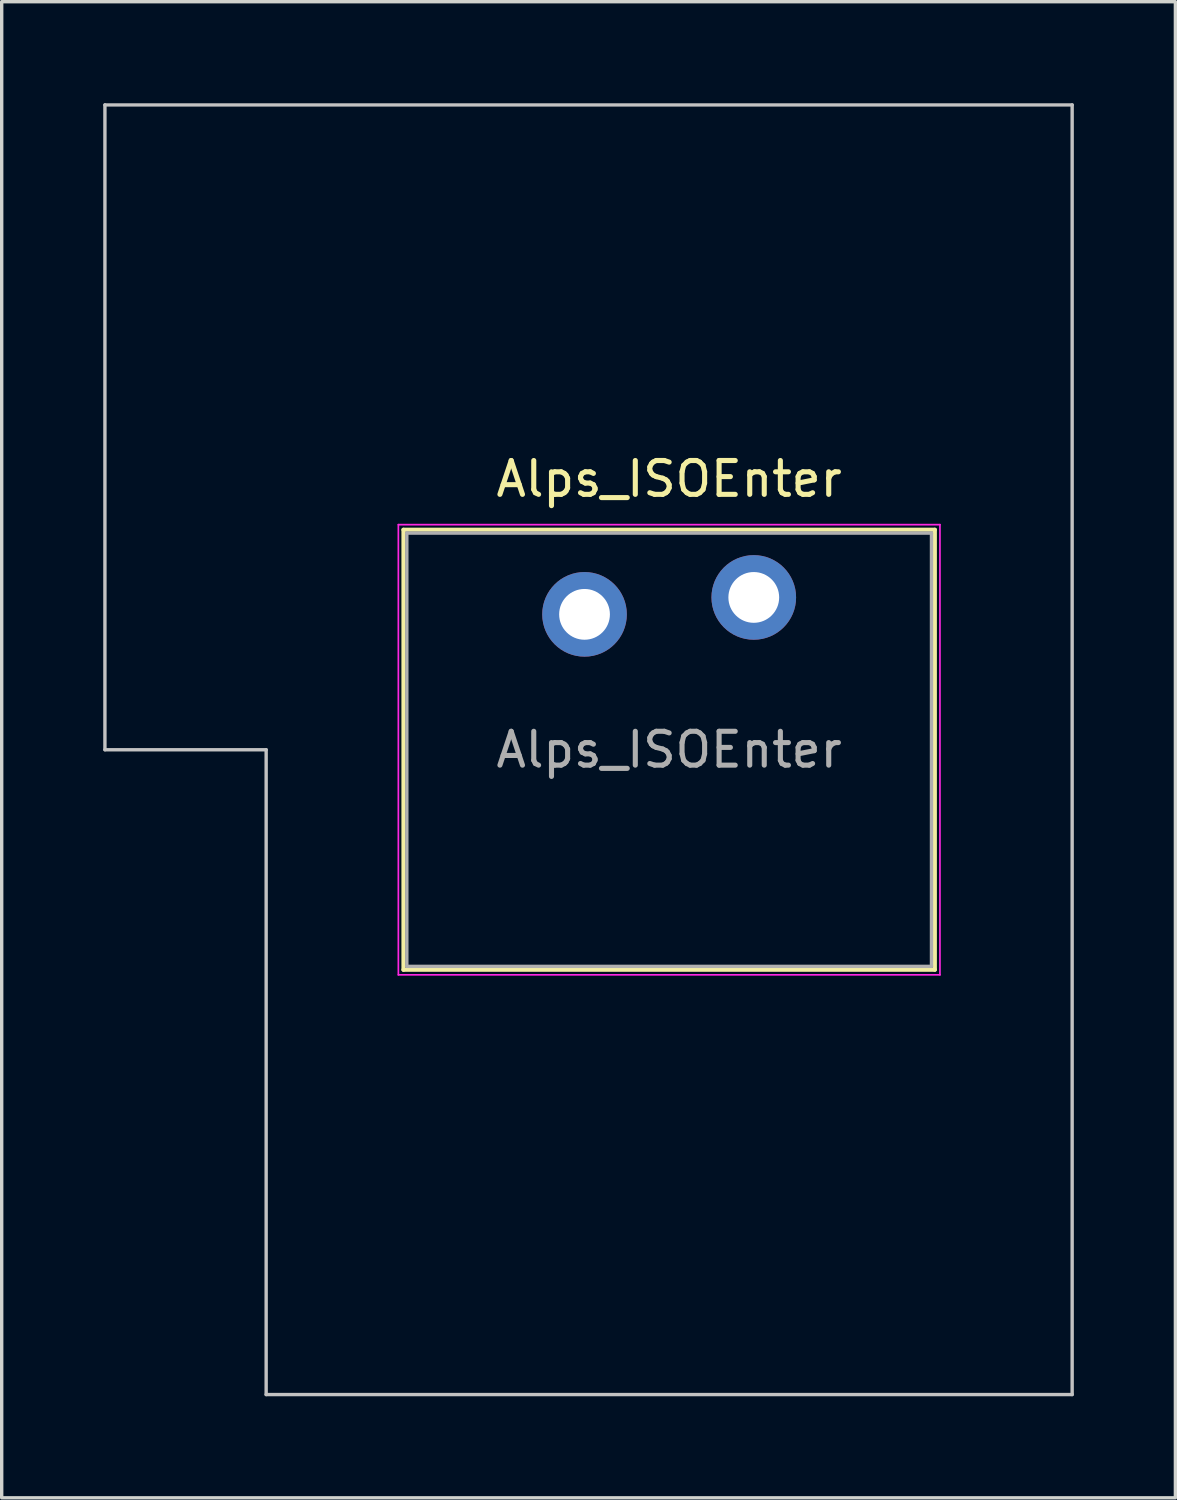
<source format=kicad_pcb>
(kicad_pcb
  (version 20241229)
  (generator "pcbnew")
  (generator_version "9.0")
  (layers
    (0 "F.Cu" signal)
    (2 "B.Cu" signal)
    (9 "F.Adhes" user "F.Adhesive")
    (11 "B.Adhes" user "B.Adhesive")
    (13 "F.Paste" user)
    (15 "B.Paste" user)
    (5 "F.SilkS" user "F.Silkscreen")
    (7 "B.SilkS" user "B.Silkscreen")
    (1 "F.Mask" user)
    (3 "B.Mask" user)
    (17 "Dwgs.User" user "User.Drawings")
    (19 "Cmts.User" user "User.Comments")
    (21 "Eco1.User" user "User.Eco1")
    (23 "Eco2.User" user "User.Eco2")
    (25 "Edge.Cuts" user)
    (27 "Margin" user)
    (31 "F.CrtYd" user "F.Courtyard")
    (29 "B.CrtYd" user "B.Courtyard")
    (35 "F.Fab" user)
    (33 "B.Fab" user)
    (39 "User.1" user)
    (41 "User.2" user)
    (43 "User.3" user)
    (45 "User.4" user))
  (footprint "Alps_ISOEnter"
    (layer "F.Cu")
    (at 16.719 19.1)
    (property "Reference" "Alps_ISOEnter" (at 0 -8 0) (layer "F.SilkS") (effects (font (size 1 1) (thickness 0.15))))
    (attr through_hole)
    (fp_line (start -7.85 -6.5) (end -7.85 6.5) (stroke (width 0.12) (type solid)) (layer "F.SilkS"))
    (fp_line (start -7.85 6.5) (end 7.85 6.5) (stroke (width 0.12) (type solid)) (layer "F.SilkS"))
    (fp_line (start 7.85 -6.5) (end -7.85 -6.5) (stroke (width 0.12) (type solid)) (layer "F.SilkS"))
    (fp_line (start 7.85 6.5) (end 7.85 -6.5) (stroke (width 0.12) (type solid)) (layer "F.SilkS"))
    (fp_line (start -16.669 -19.05) (end -16.669 0) (stroke (width 0.1) (type solid)) (layer "Dwgs.User"))
    (fp_line (start -16.669 0) (end -11.906 0) (stroke (width 0.1) (type solid)) (layer "Dwgs.User"))
    (fp_line (start -11.906 0) (end -11.906 19.05) (stroke (width 0.1) (type solid)) (layer "Dwgs.User"))
    (fp_line (start -11.906 19.05) (end 11.906 19.05) (stroke (width 0.1) (type solid)) (layer "Dwgs.User"))
    (fp_line (start 11.906 -19.05) (end -16.669 -19.05) (stroke (width 0.1) (type solid)) (layer "Dwgs.User"))
    (fp_line (start 11.906 19.05) (end 11.906 -19.05) (stroke (width 0.1) (type solid)) (layer "Dwgs.User"))
    (fp_line (start -7.75 -6.4) (end -7.75 6.4) (stroke (width 0.1) (type solid)) (layer "Eco1.User"))
    (fp_line (start -7.75 6.4) (end 7.75 6.4) (stroke (width 0.1) (type solid)) (layer "Eco1.User"))
    (fp_line (start 7.75 -6.4) (end -7.75 -6.4) (stroke (width 0.1) (type solid)) (layer "Eco1.User"))
    (fp_line (start 7.75 6.4) (end 7.75 -6.4) (stroke (width 0.1) (type solid)) (layer "Eco1.User"))
    (fp_line (start -8 -6.65) (end -8 6.65) (stroke (width 0.05) (type solid)) (layer "F.CrtYd"))
    (fp_line (start -8 6.65) (end 8 6.65) (stroke (width 0.05) (type solid)) (layer "F.CrtYd"))
    (fp_line (start 8 -6.65) (end -8 -6.65) (stroke (width 0.05) (type solid)) (layer "F.CrtYd"))
    (fp_line (start 8 6.65) (end 8 -6.65) (stroke (width 0.05) (type solid)) (layer "F.CrtYd"))
    (fp_line (start -7.75 -6.4) (end -7.75 6.4) (stroke (width 0.1) (type solid)) (layer "F.Fab"))
    (fp_line (start -7.75 6.4) (end 7.75 6.4) (stroke (width 0.1) (type solid)) (layer "F.Fab"))
    (fp_line (start 7.75 -6.4) (end -7.75 -6.4) (stroke (width 0.1) (type solid)) (layer "F.Fab"))
    (fp_line (start 7.75 6.4) (end 7.75 -6.4) (stroke (width 0.1) (type solid)) (layer "F.Fab"))
    (fp_text user "${REFERENCE}" (at 0 0 0) (layer "F.Fab") (effects (font (size 1 1) (thickness 0.15))))
    (pad "1" thru_hole circle (at -2.5 -4) (size 2.5 2.5) (drill 1.5) (layers "*.Cu" "*.Mask"))
    (pad "2" thru_hole circle (at 2.5 -4.5) (size 2.5 2.5) (drill 1.5) (layers "*.Cu" "*.Mask")))
  (gr_rect
    (start -3 -3)
    (end 31.675 41.2)
    (stroke (width 0.1) (type default))
    (fill no)
    (layer "Edge.Cuts")))
</source>
